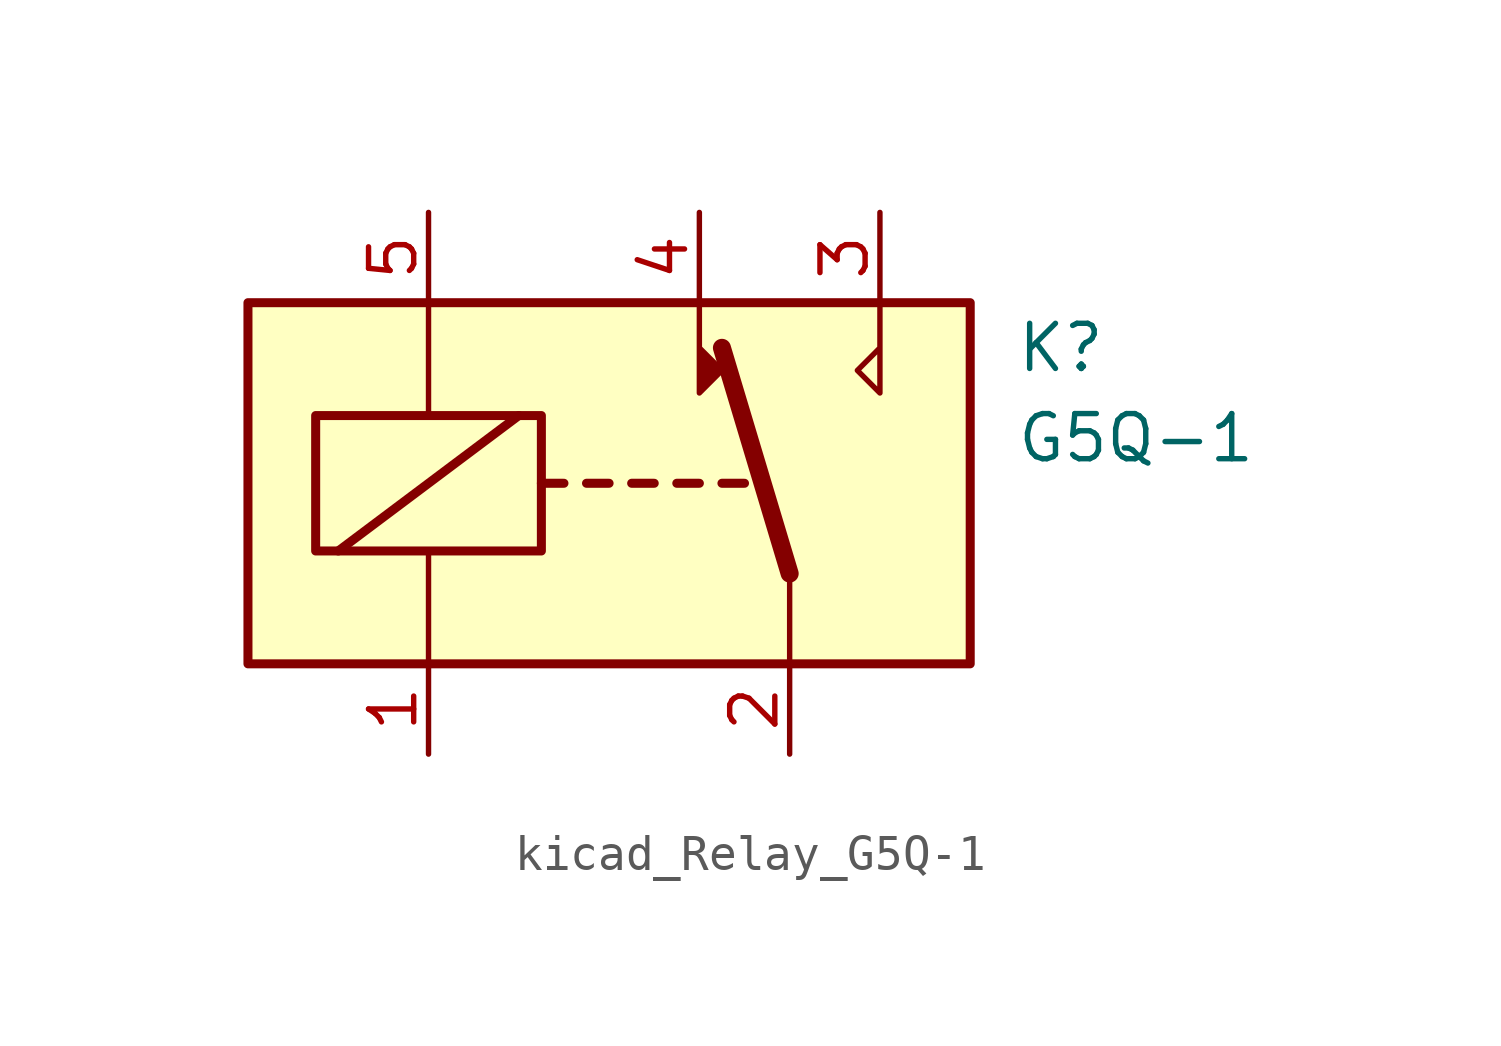
<source format=kicad_sym>
(kicad_symbol_lib
  (version 20220914)
  (generator kicad_symbol_editor)
  (symbol "kicad_Relay_G5Q-1"
    (property "Reference" "K"
      (at 11.43 3.81 0)
      (effects (font (size 1.27 1.27)) (justify left)))
    (property "Value" "G5Q-1"
      (at 11.43 1.27 0)
      (effects (font (size 1.27 1.27)) (justify left)))
    (symbol "kicad_Relay_G5Q-1_0_0"
      (polyline (pts (xy 7.62 5.08) (xy 7.62 2.54) (xy 6.985 3.175) (xy 7.62 3.81)) (stroke (width 0) (type default)) (fill (type none))))
    (symbol "kicad_Relay_G5Q-1_0_1"
      (rectangle (start -10.16 5.08) (end 10.16 -5.08) (stroke (width 0.254) (type default)) (fill (type background)))
      (rectangle (start -8.255 1.905) (end -1.905 -1.905) (stroke (width 0.254) (type default)) (fill (type none)))
      (polyline (pts (xy -7.62 -1.905) (xy -2.54 1.905)) (stroke (width 0.254) (type default)) (fill (type none)))
      (polyline (pts (xy -5.08 -5.08) (xy -5.08 -1.905)) (stroke (width 0) (type default)) (fill (type none)))
      (polyline (pts (xy -5.08 5.08) (xy -5.08 1.905)) (stroke (width 0) (type default)) (fill (type none)))
      (polyline (pts (xy -1.905 0) (xy -1.27 0)) (stroke (width 0.254) (type default)) (fill (type none)))
      (polyline (pts (xy -0.635 0) (xy 0 0)) (stroke (width 0.254) (type default)) (fill (type none)))
      (polyline (pts (xy 0.635 0) (xy 1.27 0)) (stroke (width 0.254) (type default)) (fill (type none)))
      (polyline (pts (xy 1.905 0) (xy 2.54 0)) (stroke (width 0.254) (type default)) (fill (type none)))
      (polyline (pts (xy 3.175 0) (xy 3.81 0)) (stroke (width 0.254) (type default)) (fill (type none)))
      (polyline (pts (xy 5.08 -2.54) (xy 3.175 3.81)) (stroke (width 0.508) (type default)) (fill (type none)))
      (polyline (pts (xy 5.08 -2.54) (xy 5.08 -5.08)) (stroke (width 0) (type default)) (fill (type none)))
      (polyline (pts (xy 2.54 5.08) (xy 2.54 2.54) (xy 3.175 3.175) (xy 2.54 3.81)) (stroke (width 0) (type default)) (fill (type outline))))
    (symbol "kicad_Relay_G5Q-1_1_1"
      (pin passive line (at -5.08 -7.62 90) (length 2.54) (name "~" (effects (font (size 1.27 1.27)))) (number "1" (effects (font (size 1.27 1.27)))))
      (pin passive line (at 5.08 -7.62 90) (length 2.54) (name "~" (effects (font (size 1.27 1.27)))) (number "2" (effects (font (size 1.27 1.27)))))
      (pin passive line (at 7.62 7.62 270) (length 2.54) (name "~" (effects (font (size 1.27 1.27)))) (number "3" (effects (font (size 1.27 1.27)))))
      (pin passive line (at 2.54 7.62 270) (length 2.54) (name "~" (effects (font (size 1.27 1.27)))) (number "4" (effects (font (size 1.27 1.27)))))
      (pin passive line (at -5.08 7.62 270) (length 2.54) (name "~" (effects (font (size 1.27 1.27)))) (number "5" (effects (font (size 1.27 1.27))))))))
</source>
